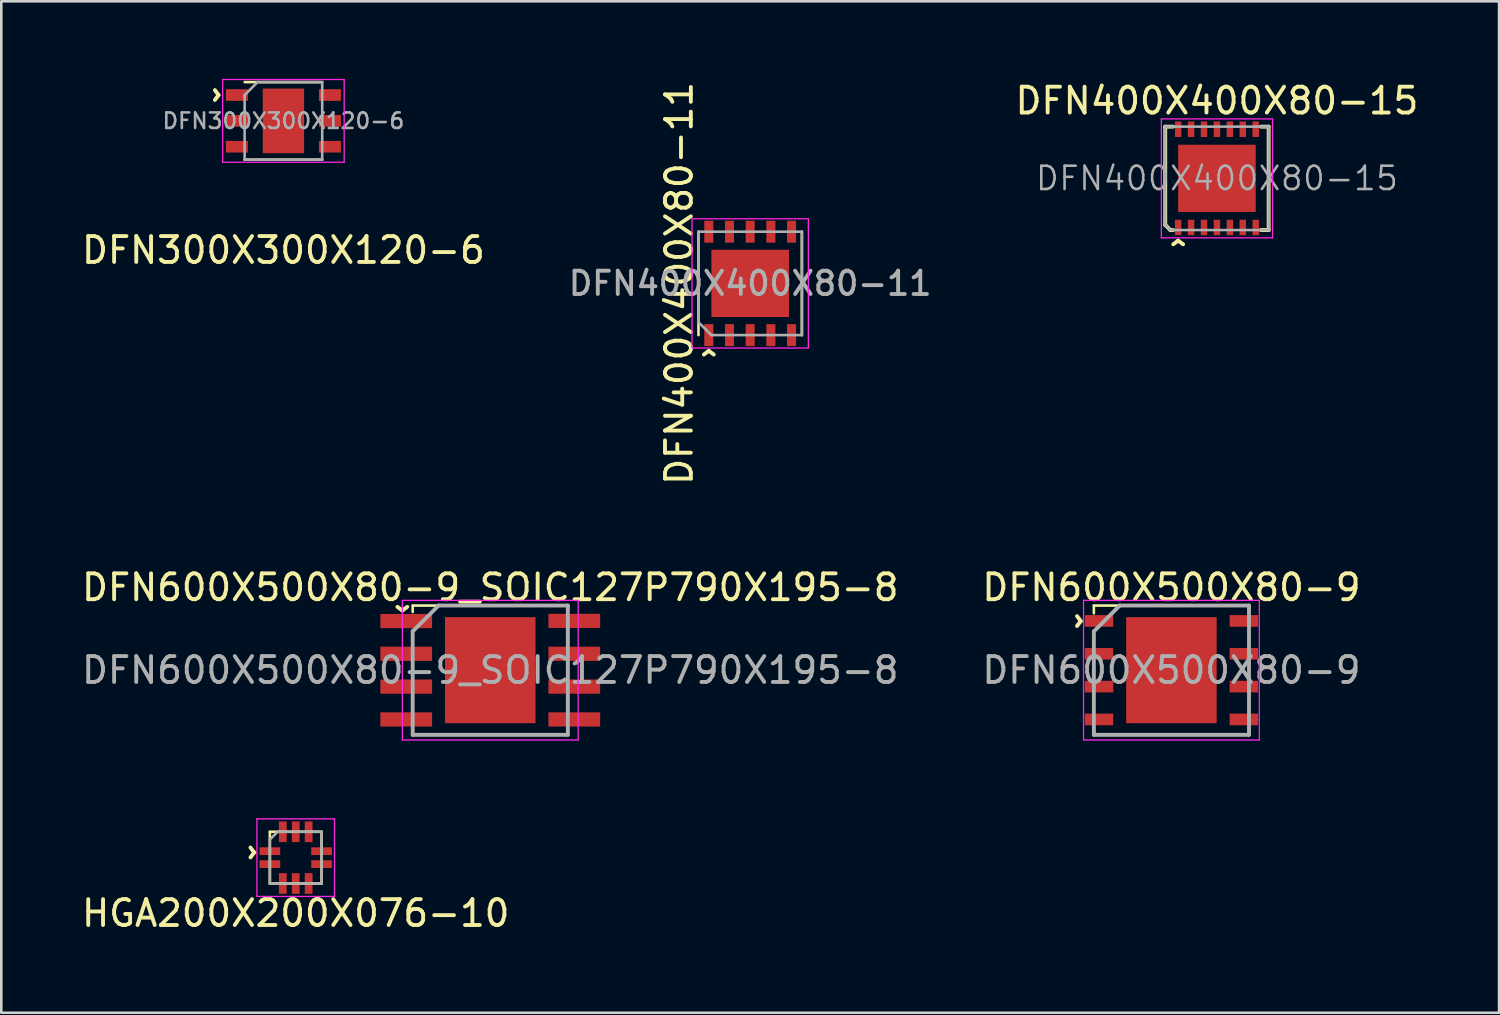
<source format=kicad_pcb>
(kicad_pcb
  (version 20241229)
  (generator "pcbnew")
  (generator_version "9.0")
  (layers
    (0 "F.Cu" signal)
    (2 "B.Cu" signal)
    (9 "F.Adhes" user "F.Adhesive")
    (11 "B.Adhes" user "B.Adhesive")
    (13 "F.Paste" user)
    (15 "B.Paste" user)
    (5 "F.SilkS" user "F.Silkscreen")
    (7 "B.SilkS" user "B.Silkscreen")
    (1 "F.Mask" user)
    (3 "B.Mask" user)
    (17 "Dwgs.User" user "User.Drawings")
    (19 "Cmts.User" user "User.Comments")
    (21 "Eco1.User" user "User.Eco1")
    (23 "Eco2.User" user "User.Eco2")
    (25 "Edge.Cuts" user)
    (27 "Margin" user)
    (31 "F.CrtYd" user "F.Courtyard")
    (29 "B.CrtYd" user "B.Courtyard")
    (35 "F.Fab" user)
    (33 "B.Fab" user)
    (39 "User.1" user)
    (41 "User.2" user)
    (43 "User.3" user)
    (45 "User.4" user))
  (footprint "DFN600X500X80-9"
    (layer "F.Cu")
    (at 42.256 22.87)
    (property "Reference" "DFN600X500X80-9" (at 0 -3.2 0) (layer "F.SilkS") (effects (font (size 1 1) (thickness 0.15))))
    (attr smd)
    (fp_line (start -3 -2.5) (end -3 -2.2) (stroke (width 0.1) (type solid)) (layer "F.SilkS"))
    (fp_line (start -3 2.5) (end -3 2.2) (stroke (width 0.1) (type solid)) (layer "F.SilkS"))
    (fp_line (start 3 -2.5) (end -3 -2.5) (stroke (width 0.1) (type solid)) (layer "F.SilkS"))
    (fp_line (start 3 -2.2) (end 3 -2.5) (stroke (width 0.1) (type solid)) (layer "F.SilkS"))
    (fp_line (start 3 2.2) (end 3 2.5) (stroke (width 0.1) (type solid)) (layer "F.SilkS"))
    (fp_line (start 3 2.5) (end -3 2.5) (stroke (width 0.1) (type solid)) (layer "F.SilkS"))
    (fp_poly (pts (xy -0.2 -1.3) (xy -1.6 -1.3) (xy -1.6 -1.9) (xy -0.2 -1.9)) (stroke (width 0.01) (type solid)) (fill yes) (layer "F.Paste"))
    (fp_poly (pts (xy -0.2 -0.2) (xy -1.6 -0.2) (xy -1.6 -1) (xy -0.2 -1)) (stroke (width 0.01) (type solid)) (fill yes) (layer "F.Paste"))
    (fp_poly (pts (xy -0.2 1) (xy -1.6 1) (xy -1.6 0.2) (xy -0.2 0.2)) (stroke (width 0.01) (type solid)) (fill yes) (layer "F.Paste"))
    (fp_poly (pts (xy -0.2 1.9) (xy -1.6 1.9) (xy -1.6 1.3) (xy -0.2 1.3)) (stroke (width 0.01) (type solid)) (fill yes) (layer "F.Paste"))
    (fp_poly (pts (xy 1.6 -1.3) (xy 0.2 -1.3) (xy 0.2 -1.9) (xy 1.6 -1.9)) (stroke (width 0.01) (type solid)) (fill yes) (layer "F.Paste"))
    (fp_poly (pts (xy 1.6 -0.2) (xy 0.213 -0.2) (xy 0.213 -1) (xy 1.6 -1)) (stroke (width 0.01) (type solid)) (fill yes) (layer "F.Paste"))
    (fp_poly (pts (xy 1.6 1) (xy 0.2 1) (xy 0.213 0.2) (xy 1.6 0.2)) (stroke (width 0.01) (type solid)) (fill yes) (layer "F.Paste"))
    (fp_poly (pts (xy 1.6 1.9) (xy 0.2 1.9) (xy 0.2 1.3) (xy 1.6 1.3)) (stroke (width 0.01) (type solid)) (fill yes) (layer "F.Paste"))
    (fp_line (start -3.4 -2.7) (end -3.4 2.7) (stroke (width 0.05) (type solid)) (layer "F.CrtYd"))
    (fp_line (start -3.4 -2.7) (end 3.4 -2.7) (stroke (width 0.05) (type solid)) (layer "F.CrtYd"))
    (fp_line (start -3.4 2.7) (end 3.4 2.7) (stroke (width 0.05) (type solid)) (layer "F.CrtYd"))
    (fp_line (start 3.4 -2.7) (end 3.4 2.7) (stroke (width 0.05) (type solid)) (layer "F.CrtYd"))
    (fp_line (start -3 -1.5) (end -2 -2.5) (stroke (width 0.15) (type solid)) (layer "F.Fab"))
    (fp_line (start -3 2.5) (end -3 -1.5) (stroke (width 0.15) (type solid)) (layer "F.Fab"))
    (fp_line (start -2 -2.5) (end 3 -2.5) (stroke (width 0.15) (type solid)) (layer "F.Fab"))
    (fp_line (start 3 -2.5) (end 3 2.5) (stroke (width 0.15) (type solid)) (layer "F.Fab"))
    (fp_line (start 3 2.5) (end -3 2.5) (stroke (width 0.15) (type solid)) (layer "F.Fab"))
    (fp_text user "^" (at -4.1 -1.9 270) (unlocked yes) (layer "F.SilkS") (effects (font (size 1 1) (thickness 0.15))))
    (fp_text user "${REFERENCE}" (at 0 0 0) (layer "F.Fab") (effects (font (size 1 1) (thickness 0.15))))
    (pad "1" smd rect (at -2.8 -1.905) (size 1.1 0.45) (layers "F.Cu" "F.Mask" "F.Paste"))
    (pad "2" smd rect (at -2.8 -0.635) (size 1.1 0.45) (layers "F.Cu" "F.Mask" "F.Paste"))
    (pad "3" smd rect (at -2.8 0.635) (size 1.1 0.45) (layers "F.Cu" "F.Mask" "F.Paste"))
    (pad "4" smd rect (at -2.8 1.905) (size 1.1 0.45) (layers "F.Cu" "F.Mask" "F.Paste"))
    (pad "5" smd rect (at 2.8 1.905) (size 1.1 0.45) (layers "F.Cu" "F.Mask" "F.Paste"))
    (pad "6" smd rect (at 2.8 0.635) (size 1.1 0.45) (layers "F.Cu" "F.Mask" "F.Paste"))
    (pad "7" smd rect (at 2.8 -0.635) (size 1.1 0.45) (layers "F.Cu" "F.Mask" "F.Paste"))
    (pad "8" smd rect (at 2.8 -1.905) (size 1.1 0.45) (layers "F.Cu" "F.Mask" "F.Paste"))
    (pad "9" smd rect (at 0 0) (size 3.5 4.1) (layers "F.Cu" "F.Mask")))
  (footprint "DFN400X400X80-15"
    (layer "F.Cu")
    (at 44.016 3.848)
    (property "Reference" "DFN400X400X80-15" (at 0 -3 0) (layer "F.SilkS") (effects (font (size 1 1) (thickness 0.15))))
    (attr smd)
    (fp_line (start -2 -2) (end -2 1.8) (stroke (width 0.15) (type solid)) (layer "F.SilkS"))
    (fp_line (start -2 -2) (end -1.7 -2) (stroke (width 0.15) (type solid)) (layer "F.SilkS"))
    (fp_line (start -2 1.8) (end -1.8 2) (stroke (width 0.15) (type solid)) (layer "F.SilkS"))
    (fp_line (start -1.8 2) (end -1.7 2) (stroke (width 0.15) (type solid)) (layer "F.SilkS"))
    (fp_line (start 1.7 -2) (end 2 -2) (stroke (width 0.15) (type solid)) (layer "F.SilkS"))
    (fp_line (start 2 -2) (end 2 2) (stroke (width 0.15) (type solid)) (layer "F.SilkS"))
    (fp_line (start 2 2) (end 1.7 2) (stroke (width 0.15) (type solid)) (layer "F.SilkS"))
    (fp_poly (pts (xy -1.4 -1.2) (xy -0.1 -1.2) (xy -0.1 -0.1) (xy -1.4 -0.1)) (stroke (width 0.0001) (type solid)) (fill yes) (layer "F.Paste"))
    (fp_poly (pts (xy -1.4 0.1) (xy -0.1 0.1) (xy -0.1 1.2) (xy -1.4 1.2)) (stroke (width 0.0001) (type solid)) (fill yes) (layer "F.Paste"))
    (fp_poly (pts (xy 0.1 -1.2) (xy 1.4 -1.2) (xy 1.4 -0.1) (xy 0.1 -0.1)) (stroke (width 0.0001) (type solid)) (fill yes) (layer "F.Paste"))
    (fp_poly (pts (xy 0.1 0.1) (xy 1.4 0.1) (xy 1.4 1.2) (xy 0.1 1.2)) (stroke (width 0.0001) (type solid)) (fill yes) (layer "F.Paste"))
    (fp_line (start -2.15 -2.3) (end 2.15 -2.3) (stroke (width 0.05) (type solid)) (layer "F.CrtYd"))
    (fp_line (start -2.15 2.3) (end -2.15 -2.3) (stroke (width 0.05) (type solid)) (layer "F.CrtYd"))
    (fp_line (start 2.15 -2.3) (end 2.15 2.3) (stroke (width 0.05) (type solid)) (layer "F.CrtYd"))
    (fp_line (start 2.15 2.3) (end -2.15 2.3) (stroke (width 0.05) (type solid)) (layer "F.CrtYd"))
    (fp_line (start -2 -2) (end 2 -2) (stroke (width 0.1) (type solid)) (layer "F.Fab"))
    (fp_line (start -2 1.8) (end -2 -2) (stroke (width 0.1) (type solid)) (layer "F.Fab"))
    (fp_line (start -1.8 2) (end -2 1.8) (stroke (width 0.1) (type solid)) (layer "F.Fab"))
    (fp_line (start 2 -2) (end 2 2) (stroke (width 0.1) (type solid)) (layer "F.Fab"))
    (fp_line (start 2 2) (end -1.8 2) (stroke (width 0.1) (type solid)) (layer "F.Fab"))
    (fp_text user "^" (at -1.5 3 0) (unlocked yes) (layer "F.SilkS") (effects (font (size 1 1) (thickness 0.15))))
    (fp_text user "${REFERENCE}" (at 0 0 0) (unlocked yes) (layer "F.Fab") (effects (font (size 0.9 0.9) (thickness 0.1))))
    (pad "1" smd rect (at -1.5 1.9) (size 0.25 0.6) (layers "F.Cu" "F.Mask" "F.Paste"))
    (pad "2" smd rect (at -1 1.9) (size 0.25 0.6) (layers "F.Cu" "F.Mask" "F.Paste"))
    (pad "3" smd rect (at -0.5 1.9) (size 0.25 0.6) (layers "F.Cu" "F.Mask" "F.Paste"))
    (pad "4" smd rect (at 0 1.9) (size 0.25 0.6) (layers "F.Cu" "F.Mask" "F.Paste"))
    (pad "5" smd rect (at 0.5 1.9) (size 0.25 0.6) (layers "F.Cu" "F.Mask" "F.Paste"))
    (pad "6" smd rect (at 1 1.9) (size 0.25 0.6) (layers "F.Cu" "F.Mask" "F.Paste"))
    (pad "7" smd rect (at 1.5 1.9) (size 0.25 0.6) (layers "F.Cu" "F.Mask" "F.Paste"))
    (pad "8" smd rect (at 1.5 -1.9) (size 0.25 0.6) (layers "F.Cu" "F.Mask" "F.Paste"))
    (pad "9" smd rect (at 1 -1.9) (size 0.25 0.6) (layers "F.Cu" "F.Mask" "F.Paste"))
    (pad "10" smd rect (at 0.5 -1.9) (size 0.25 0.6) (layers "F.Cu" "F.Mask" "F.Paste"))
    (pad "11" smd rect (at 0 -1.9) (size 0.25 0.6) (layers "F.Cu" "F.Mask" "F.Paste"))
    (pad "12" smd rect (at -0.5 -1.9) (size 0.25 0.6) (layers "F.Cu" "F.Mask" "F.Paste"))
    (pad "13" smd rect (at -1 -1.9) (size 0.25 0.6) (layers "F.Cu" "F.Mask" "F.Paste"))
    (pad "14" smd rect (at -1.5 -1.9) (size 0.25 0.6) (layers "F.Cu" "F.Mask" "F.Paste"))
    (pad "15" smd rect (at 0 0) (size 3 2.6) (layers "F.Cu" "F.Mask")))
  (footprint "DFN300X300X120-6"
    (layer "F.Cu")
    (at 7.911 1.625)
    (property "Reference" "DFN300X300X120-6" (at 0 5 0) (layer "F.SilkS") (effects (font (size 1 1) (thickness 0.15))))
    (attr smd)
    (fp_line (start -1.5 1.5) (end 1.5 1.5) (stroke (width 0.1) (type solid)) (layer "F.SilkS"))
    (fp_line (start 1.5 -1.5) (end -1.5 -1.5) (stroke (width 0.1) (type solid)) (layer "F.SilkS"))
    (fp_line (start -2.35 -1.6) (end -2.35 1.6) (stroke (width 0.05) (type solid)) (layer "F.CrtYd"))
    (fp_line (start -2.35 1.6) (end 2.35 1.6) (stroke (width 0.05) (type solid)) (layer "F.CrtYd"))
    (fp_line (start 2.35 -1.6) (end -2.35 -1.6) (stroke (width 0.05) (type solid)) (layer "F.CrtYd"))
    (fp_line (start 2.35 1.6) (end 2.35 -1.6) (stroke (width 0.05) (type solid)) (layer "F.CrtYd"))
    (fp_line (start -1.5 -1) (end -1 -1.5) (stroke (width 0.1) (type solid)) (layer "F.Fab"))
    (fp_line (start -1.5 1.5) (end -1.5 -1) (stroke (width 0.1) (type solid)) (layer "F.Fab"))
    (fp_line (start -1 -1.5) (end 1.5 -1.5) (stroke (width 0.1) (type solid)) (layer "F.Fab"))
    (fp_line (start 1.5 -1.5) (end 1.5 1.5) (stroke (width 0.1) (type solid)) (layer "F.Fab"))
    (fp_line (start 1.5 1.5) (end -1.5 1.5) (stroke (width 0.1) (type solid)) (layer "F.Fab"))
    (fp_text user "^" (at -3.1 -1 270) (unlocked yes) (layer "F.SilkS") (effects (font (size 1 1) (thickness 0.15))))
    (fp_text user "${REFERENCE}" (at 0 0 0) (unlocked yes) (layer "F.Fab") (effects (font (size 0.6 0.6) (thickness 0.1))))
    (pad "1" smd rect (at -1.8 -1 90) (size 0.45 0.85) (layers "F.Cu" "F.Mask" "F.Paste"))
    (pad "2" smd rect (at -1.8 0 90) (size 0.45 0.85) (layers "F.Cu" "F.Mask" "F.Paste"))
    (pad "3" smd rect (at -1.8 1 90) (size 0.45 0.85) (layers "F.Cu" "F.Mask" "F.Paste"))
    (pad "4" smd rect (at 1.8 1 90) (size 0.45 0.85) (layers "F.Cu" "F.Mask" "F.Paste"))
    (pad "5" smd rect (at 1.8 0 90) (size 0.45 0.85) (layers "F.Cu" "F.Mask" "F.Paste"))
    (pad "6" smd rect (at 1.8 -1 90) (size 0.45 0.85) (layers "F.Cu" "F.Mask" "F.Paste"))
    (pad "7" smd rect (at 0 0) (size 1.6 2.5) (layers "F.Cu" "F.Mask" "F.Paste")))
  (footprint "DFN600X500X80-9_SOIC127P790X195-8"
    (layer "F.Cu")
    (at 15.911 22.87)
    (property "Reference" "DFN600X500X80-9_SOIC127P790X195-8" (at 0 -3.2 0) (layer "F.SilkS") (effects (font (size 1 1) (thickness 0.15))))
    (attr smd)
    (fp_line (start -3 -2.5) (end -3 -2.25) (stroke (width 0.1) (type solid)) (layer "F.SilkS"))
    (fp_line (start -3 -1) (end -3 -1.55) (stroke (width 0.1) (type solid)) (layer "F.SilkS"))
    (fp_line (start -3 -0.3) (end -3 0.3) (stroke (width 0.1) (type solid)) (layer "F.SilkS"))
    (fp_line (start -3 1) (end -3 1.55) (stroke (width 0.1) (type solid)) (layer "F.SilkS"))
    (fp_line (start -3 2.5) (end -3 2.25) (stroke (width 0.1) (type solid)) (layer "F.SilkS"))
    (fp_line (start 3 -2.5) (end -3 -2.5) (stroke (width 0.1) (type solid)) (layer "F.SilkS"))
    (fp_line (start 3 -2.25) (end 3 -2.5) (stroke (width 0.1) (type solid)) (layer "F.SilkS"))
    (fp_line (start 3 -1) (end 3 -1.55) (stroke (width 0.1) (type solid)) (layer "F.SilkS"))
    (fp_line (start 3 -0.3) (end 3 0.3) (stroke (width 0.1) (type solid)) (layer "F.SilkS"))
    (fp_line (start 3 1.55) (end 3 1) (stroke (width 0.1) (type solid)) (layer "F.SilkS"))
    (fp_line (start 3 2.25) (end 3 2.5) (stroke (width 0.1) (type solid)) (layer "F.SilkS"))
    (fp_line (start 3 2.5) (end -3 2.5) (stroke (width 0.1) (type solid)) (layer "F.SilkS"))
    (fp_rect (start -1.7 -0.3) (end -0.3 -2) (stroke (width 0.1) (type solid)) (fill yes) (layer "F.Paste"))
    (fp_rect (start -1.7 2) (end -0.3 0.3) (stroke (width 0.1) (type solid)) (fill yes) (layer "F.Paste"))
    (fp_rect (start 0.3 -0.3) (end 1.7 -2) (stroke (width 0.1) (type solid)) (fill yes) (layer "F.Paste"))
    (fp_rect (start 0.3 2) (end 1.7 0.3) (stroke (width 0.1) (type solid)) (fill yes) (layer "F.Paste"))
    (fp_line (start -3.4 -2.7) (end -3.4 2.7) (stroke (width 0.05) (type solid)) (layer "F.CrtYd"))
    (fp_line (start -3.4 -2.7) (end 3.4 -2.7) (stroke (width 0.05) (type solid)) (layer "F.CrtYd"))
    (fp_line (start -3.4 2.7) (end 3.4 2.7) (stroke (width 0.05) (type solid)) (layer "F.CrtYd"))
    (fp_line (start 3.4 -2.7) (end 3.4 2.7) (stroke (width 0.05) (type solid)) (layer "F.CrtYd"))
    (fp_line (start -3 -1.5) (end -2 -2.5) (stroke (width 0.15) (type solid)) (layer "F.Fab"))
    (fp_line (start -3 2.5) (end -3 -1.5) (stroke (width 0.15) (type solid)) (layer "F.Fab"))
    (fp_line (start -2 -2.5) (end 3 -2.5) (stroke (width 0.15) (type solid)) (layer "F.Fab"))
    (fp_line (start 3 -2.5) (end 3 2.5) (stroke (width 0.15) (type solid)) (layer "F.Fab"))
    (fp_line (start 3 2.5) (end -3 2.5) (stroke (width 0.15) (type solid)) (layer "F.Fab"))
    (fp_text user "^" (at -3.4 -2.9 180) (unlocked yes) (layer "F.SilkS") (effects (font (size 1 1) (thickness 0.15))))
    (fp_text user "${REFERENCE}" (at 0 0 0) (layer "F.Fab") (effects (font (size 1 1) (thickness 0.15))))
    (pad "1" smd rect (at -3.25 -1.9) (size 2 0.55) (layers "F.Cu" "F.Mask" "F.Paste"))
    (pad "2" smd rect (at -3.25 -0.635) (size 2 0.55) (layers "F.Cu" "F.Mask" "F.Paste"))
    (pad "3" smd rect (at -3.25 0.635) (size 2 0.55) (layers "F.Cu" "F.Mask" "F.Paste"))
    (pad "4" smd rect (at -3.25 1.905) (size 2 0.55) (layers "F.Cu" "F.Mask" "F.Paste"))
    (pad "5" smd rect (at 3.25 1.905) (size 2 0.55) (layers "F.Cu" "F.Mask" "F.Paste"))
    (pad "6" smd rect (at 3.25 0.635) (size 2 0.55) (layers "F.Cu" "F.Mask" "F.Paste"))
    (pad "7" smd rect (at 3.25 -0.635) (size 2 0.55) (layers "F.Cu" "F.Mask" "F.Paste"))
    (pad "8" smd rect (at 3.25 -1.905) (size 2 0.55) (layers "F.Cu" "F.Mask" "F.Paste"))
    (pad "9" smd rect (at 0 0) (size 3.5 4.1) (layers "F.Cu" "F.Mask")))
  (footprint "DFN400X400X80-11"
    (layer "F.Cu")
    (at 25.964 7.911)
    (property "Reference" "DFN400X400X80-11" (at -2.75 0 90) (unlocked yes) (layer "F.SilkS") (effects (font (size 1 1) (thickness 0.15))))
    (attr smd)
    (fp_line (start -2 -2) (end -2 2) (stroke (width 0.1) (type solid)) (layer "F.SilkS"))
    (fp_line (start 2 -2) (end 2 2) (stroke (width 0.1) (type solid)) (layer "F.SilkS"))
    (fp_poly (pts (xy -0.1 -0.1) (xy -1.4 -0.1) (xy -1.4 -1.2) (xy -0.1 -1.2)) (stroke (width 0.001) (type solid)) (fill yes) (layer "F.Paste"))
    (fp_poly (pts (xy -0.1 1.2) (xy -1.4 1.2) (xy -1.4 0.1) (xy -0.1 0.1)) (stroke (width 0.001) (type solid)) (fill yes) (layer "F.Paste"))
    (fp_poly (pts (xy 0.1 0.1) (xy 1.4 0.1) (xy 1.4 1.2) (xy 0.1 1.2)) (stroke (width 0.001) (type solid)) (fill yes) (layer "F.Paste"))
    (fp_poly (pts (xy 1.4 -0.1) (xy 0.1 -0.1) (xy 0.1 -1.2) (xy 1.4 -1.2)) (stroke (width 0.001) (type solid)) (fill yes) (layer "F.Paste"))
    (fp_rect (start -2.25 2.5) (end 2.25 -2.5) (stroke (width 0.05) (type solid)) (fill no) (layer "F.CrtYd"))
    (fp_line (start -2 -2) (end 2 -2) (stroke (width 0.1) (type solid)) (layer "F.Fab"))
    (fp_line (start -2 1.5) (end -2 -2) (stroke (width 0.1) (type solid)) (layer "F.Fab"))
    (fp_line (start -1.5 2) (end -2 1.5) (stroke (width 0.1) (type solid)) (layer "F.Fab"))
    (fp_line (start 2 -2) (end 2 2) (stroke (width 0.1) (type solid)) (layer "F.Fab"))
    (fp_line (start 2 2) (end -1.5 2) (stroke (width 0.1) (type solid)) (layer "F.Fab"))
    (fp_text user "^" (at -1.6 3.2 0) (unlocked yes) (layer "F.SilkS") (effects (font (size 1 1) (thickness 0.15))))
    (fp_text user "${REFERENCE}" (at 0 0 0) (unlocked yes) (layer "F.Fab") (effects (font (size 0.9 0.9) (thickness 0.15))))
    (pad "1" smd rect (at -1.6 2) (size 0.35 0.85) (layers "F.Cu" "F.Mask" "F.Paste"))
    (pad "2" smd rect (at -0.8 2) (size 0.35 0.85) (layers "F.Cu" "F.Mask" "F.Paste"))
    (pad "3" smd rect (at 0 2) (size 0.35 0.85) (layers "F.Cu" "F.Mask" "F.Paste"))
    (pad "4" smd rect (at 0.8 2) (size 0.35 0.85) (layers "F.Cu" "F.Mask" "F.Paste"))
    (pad "5" smd rect (at 1.6 2) (size 0.35 0.85) (layers "F.Cu" "F.Mask" "F.Paste"))
    (pad "6" smd rect (at 1.6 -2) (size 0.35 0.85) (layers "F.Cu" "F.Mask" "F.Paste"))
    (pad "7" smd rect (at 0.8 -2) (size 0.35 0.85) (layers "F.Cu" "F.Mask" "F.Paste"))
    (pad "8" smd rect (at 0 -2) (size 0.35 0.85) (layers "F.Cu" "F.Mask" "F.Paste"))
    (pad "9" smd rect (at -0.8 -2) (size 0.35 0.85) (layers "F.Cu" "F.Mask" "F.Paste"))
    (pad "10" smd rect (at -1.6 -2) (size 0.35 0.85) (layers "F.Cu" "F.Mask" "F.Paste"))
    (pad "11" smd rect (at 0 0 180) (size 3 2.6) (layers "F.Cu" "F.Mask")))
  (footprint "HGA200X200X076-10"
    (layer "F.Cu")
    (at 8.387 30.12)
    (property "Reference" "HGA200X200X076-10" (at 0 2.15 0) (layer "F.SilkS") (effects (font (size 1 1) (thickness 0.15))))
    (attr smd)
    (fp_line (start -1 -1) (end -1 1) (stroke (width 0.1) (type solid)) (layer "F.SilkS"))
    (fp_line (start -1 1) (end 1 1) (stroke (width 0.1) (type solid)) (layer "F.SilkS"))
    (fp_line (start 1 -1) (end -1 -1) (stroke (width 0.1) (type solid)) (layer "F.SilkS"))
    (fp_line (start 1 1) (end 1 -1) (stroke (width 0.1) (type solid)) (layer "F.SilkS"))
    (fp_line (start -1.5 -1.5) (end 1.5 -1.5) (stroke (width 0.05) (type solid)) (layer "F.CrtYd"))
    (fp_line (start -1.5 1.5) (end -1.5 -1.5) (stroke (width 0.05) (type solid)) (layer "F.CrtYd"))
    (fp_line (start 1.5 -1.5) (end 1.5 1.5) (stroke (width 0.05) (type solid)) (layer "F.CrtYd"))
    (fp_line (start 1.5 1.5) (end -1.5 1.5) (stroke (width 0.05) (type solid)) (layer "F.CrtYd"))
    (fp_line (start -1 -0.7) (end -0.7 -1) (stroke (width 0.1) (type solid)) (layer "F.Fab"))
    (fp_line (start -1 1) (end -1 -0.7) (stroke (width 0.1) (type solid)) (layer "F.Fab"))
    (fp_line (start -0.7 -1) (end 1 -1) (stroke (width 0.1) (type solid)) (layer "F.Fab"))
    (fp_line (start 1 -1) (end 1 1) (stroke (width 0.1) (type solid)) (layer "F.Fab"))
    (fp_line (start 1 1) (end -1 1) (stroke (width 0.1) (type solid)) (layer "F.Fab"))
    (fp_text user "^" (at -2.2 -0.2 270) (unlocked yes) (layer "F.SilkS") (effects (font (size 1 1) (thickness 0.15))))
    (pad "1" smd rect (at -1 -0.25) (size 0.8 0.3) (layers "F.Cu" "F.Mask" "F.Paste"))
    (pad "2" smd rect (at -1 0.25) (size 0.8 0.3) (layers "F.Cu" "F.Mask" "F.Paste"))
    (pad "3" smd rect (at -0.5 1 90) (size 0.8 0.3) (layers "F.Cu" "F.Mask" "F.Paste"))
    (pad "4" smd rect (at 0 1 90) (size 0.8 0.3) (layers "F.Cu" "F.Mask" "F.Paste"))
    (pad "5" smd rect (at 0.5 1 90) (size 0.8 0.3) (layers "F.Cu" "F.Mask" "F.Paste"))
    (pad "6" smd rect (at 1 0.25) (size 0.8 0.3) (layers "F.Cu" "F.Mask" "F.Paste"))
    (pad "7" smd rect (at 1 -0.25) (size 0.8 0.3) (layers "F.Cu" "F.Mask" "F.Paste"))
    (pad "8" smd rect (at 0.5 -1 90) (size 0.8 0.3) (layers "F.Cu" "F.Mask" "F.Paste"))
    (pad "9" smd rect (at 0 -1 90) (size 0.8 0.3) (layers "F.Cu" "F.Mask" "F.Paste"))
    (pad "10" smd rect (at -0.5 -1 90) (size 0.8 0.3) (layers "F.Cu" "F.Mask" "F.Paste")))
  (gr_rect
    (start -3 -3)
    (end 54.927 36.118)
    (stroke (width 0.1) (type default))
    (fill no)
    (layer "Edge.Cuts")))
</source>
